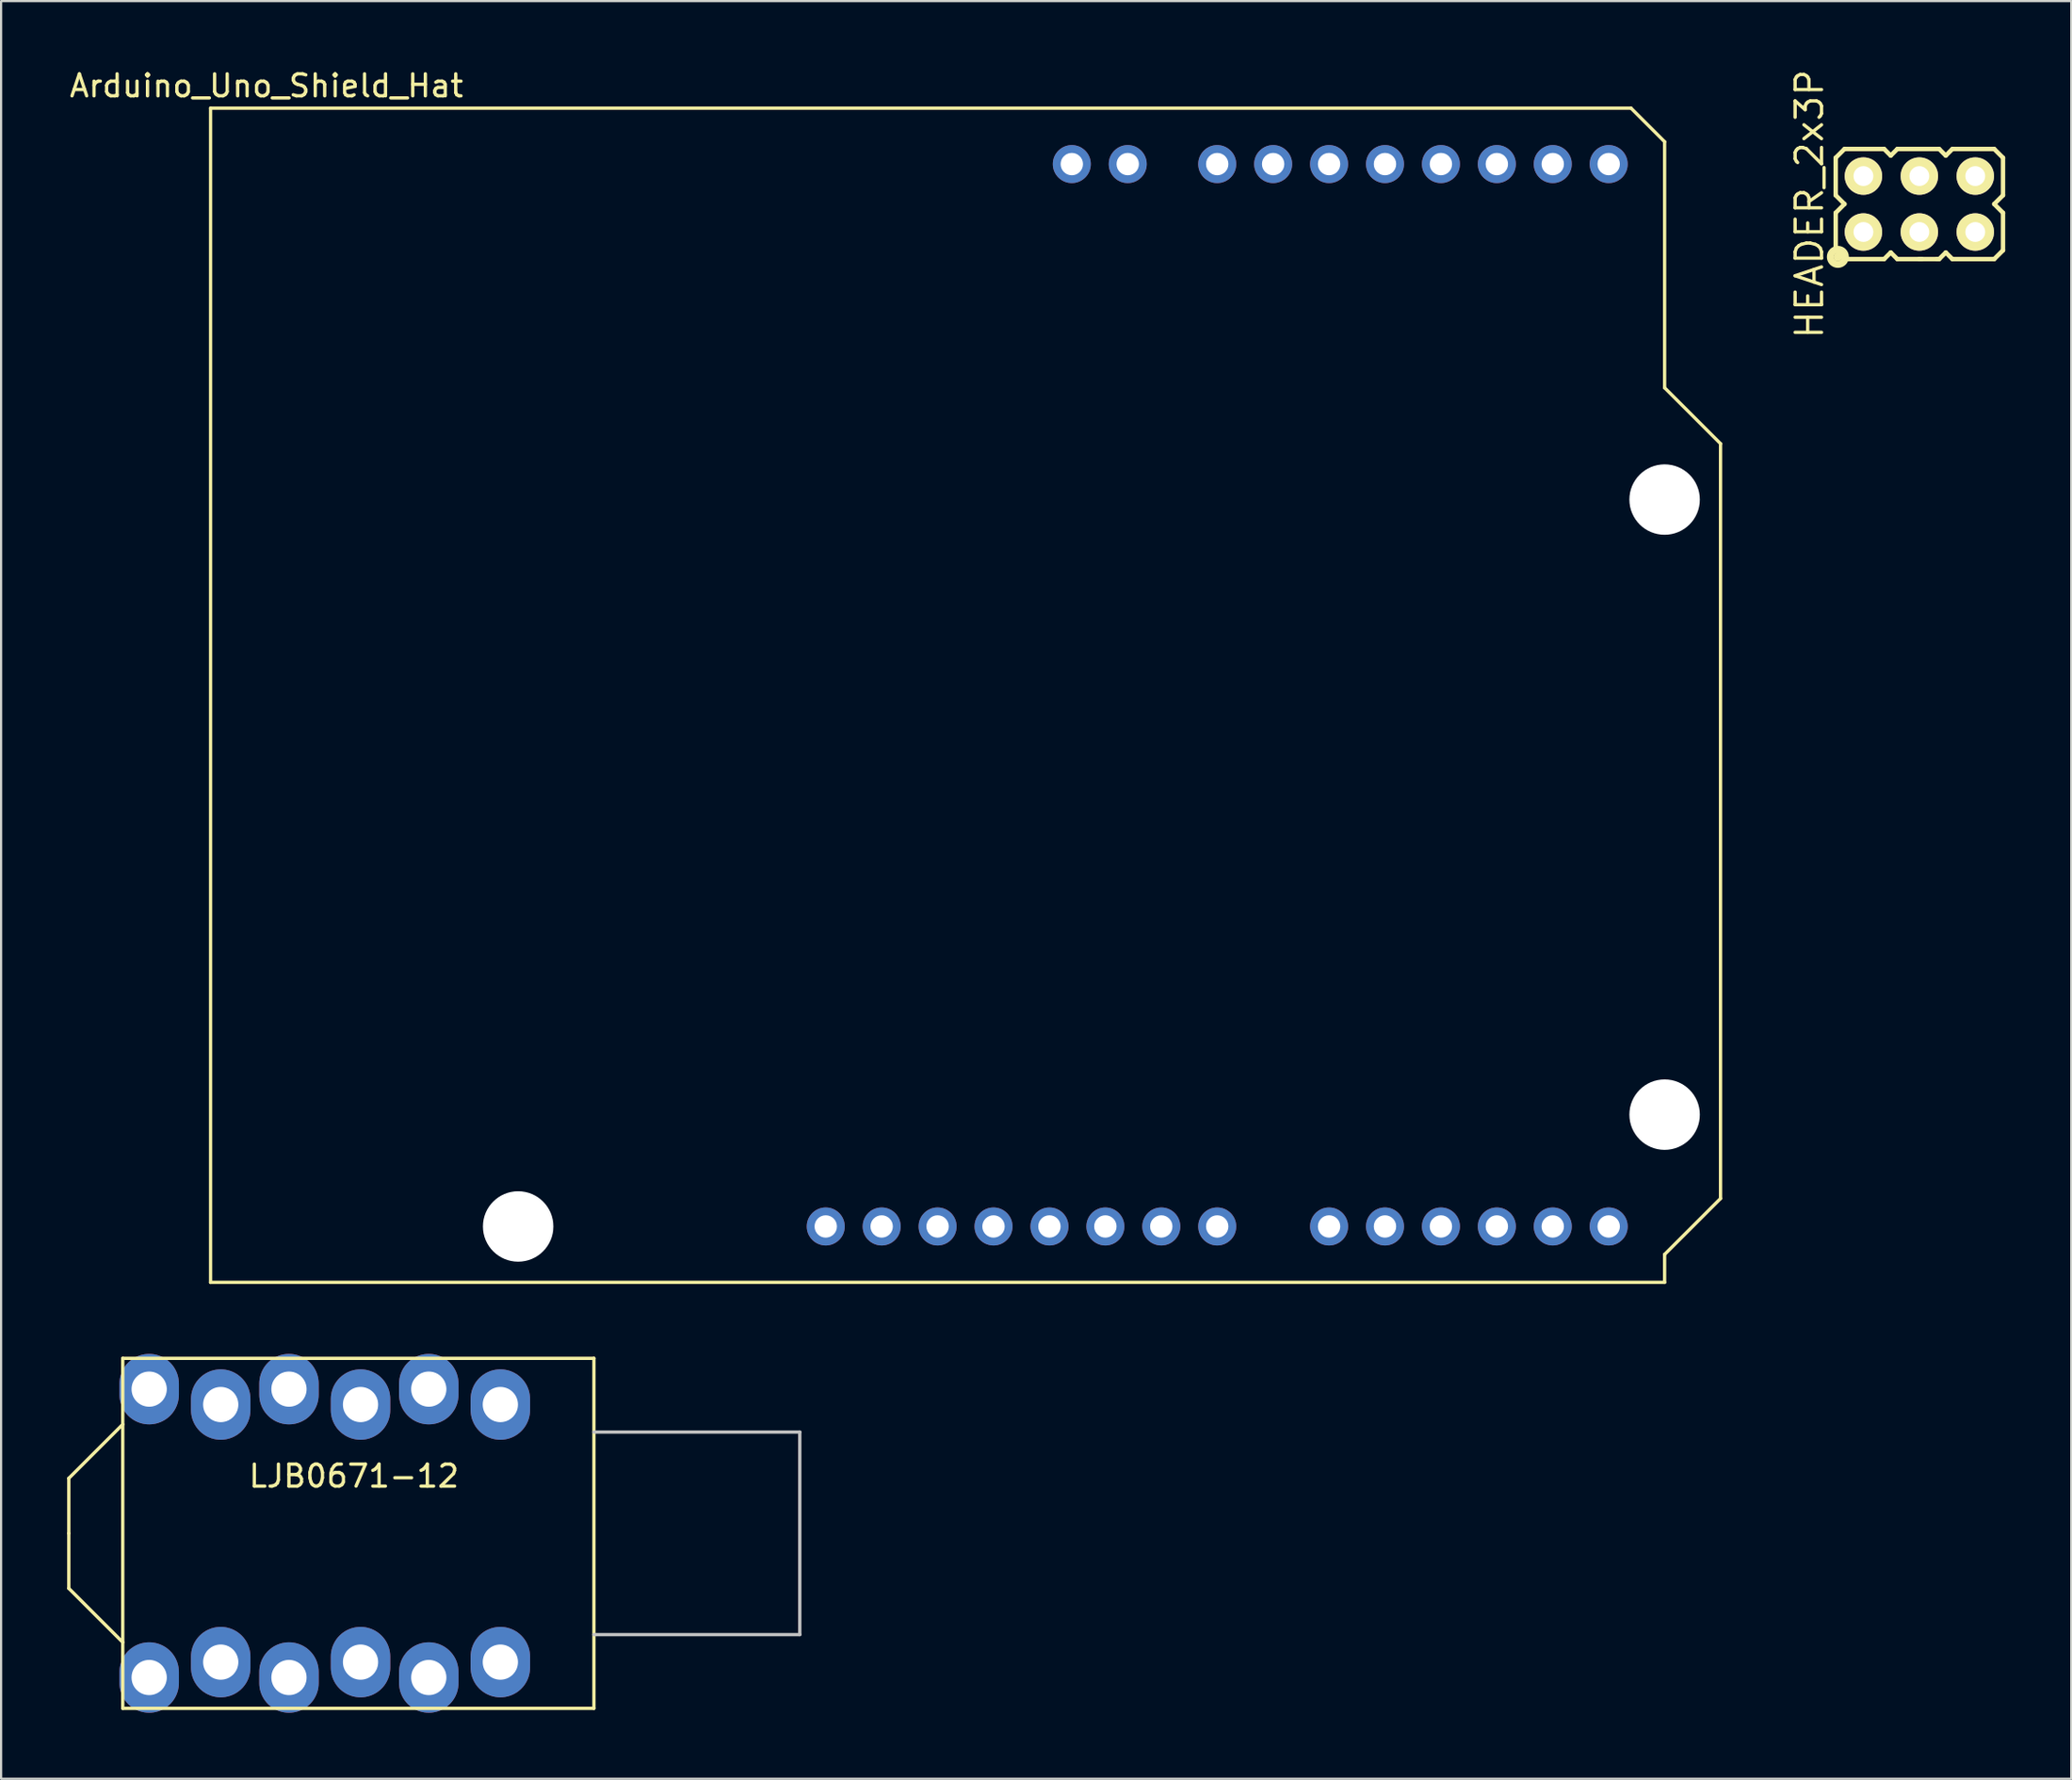
<source format=kicad_pcb>
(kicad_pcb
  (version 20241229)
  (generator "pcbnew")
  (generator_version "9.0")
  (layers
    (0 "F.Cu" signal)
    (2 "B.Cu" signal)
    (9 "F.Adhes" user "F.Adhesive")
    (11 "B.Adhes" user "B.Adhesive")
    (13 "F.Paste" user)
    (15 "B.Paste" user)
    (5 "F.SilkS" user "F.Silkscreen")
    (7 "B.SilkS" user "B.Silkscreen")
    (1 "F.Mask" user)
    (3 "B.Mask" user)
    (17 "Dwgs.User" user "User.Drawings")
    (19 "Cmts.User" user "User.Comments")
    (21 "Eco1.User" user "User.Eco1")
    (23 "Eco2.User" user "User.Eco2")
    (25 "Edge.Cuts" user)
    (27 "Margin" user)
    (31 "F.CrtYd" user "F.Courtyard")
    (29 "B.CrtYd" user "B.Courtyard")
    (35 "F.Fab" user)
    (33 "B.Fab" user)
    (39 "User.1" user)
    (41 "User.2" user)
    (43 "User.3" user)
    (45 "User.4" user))
  (footprint "LJB0671-12"
    (layer "F.Cu")
    (at 23.925 66.604)
    (property "Reference" "LJB0671-12" (at -10.9 -2.6 0) (layer "F.SilkS") (effects (font (size 1 1) (thickness 0.15))))
    (attr through_hole)
    (fp_line (start -23.85 -2.5) (end -21.4 -4.95) (stroke (width 0.15) (type solid)) (layer "F.SilkS"))
    (fp_line (start -23.85 0) (end -23.85 -2.5) (stroke (width 0.15) (type solid)) (layer "F.SilkS"))
    (fp_line (start -23.85 0) (end -23.85 2.5) (stroke (width 0.15) (type solid)) (layer "F.SilkS"))
    (fp_line (start -23.85 2.5) (end -21.4 4.95) (stroke (width 0.15) (type solid)) (layer "F.SilkS"))
    (fp_line (start -21.4 -7.95) (end -21.4 7.95) (stroke (width 0.15) (type solid)) (layer "F.SilkS"))
    (fp_line (start 0 -7.95) (end -21.4 -7.95) (stroke (width 0.15) (type solid)) (layer "F.SilkS"))
    (fp_line (start 0 -7.95) (end 0 7.95) (stroke (width 0.15) (type solid)) (layer "F.SilkS"))
    (fp_line (start 0 7.95) (end -21.4 7.95) (stroke (width 0.15) (type solid)) (layer "F.SilkS"))
    (fp_line (start 0 -4.6) (end 9.35 -4.6) (stroke (width 0.15) (type solid)) (layer "Dwgs.User"))
    (fp_line (start 9.35 -4.6) (end 9.35 4.6) (stroke (width 0.15) (type solid)) (layer "Dwgs.User"))
    (fp_line (start 9.35 4.6) (end 0 4.6) (stroke (width 0.15) (type solid)) (layer "Dwgs.User"))
    (pad "1" thru_hole oval (at -20.2 -6.55) (size 2.7 3.2) (drill 1.6) (layers "*.Cu" "*.Mask"))
    (pad "2" thru_hole oval (at -20.2 6.55) (size 2.7 3.2) (drill 1.6) (layers "*.Cu" "*.Mask"))
    (pad "3" thru_hole oval (at -16.95 -5.85) (size 2.7 3.2) (drill 1.6) (layers "*.Cu" "*.Mask"))
    (pad "4" thru_hole oval (at -16.95 5.85) (size 2.7 3.2) (drill 1.6) (layers "*.Cu" "*.Mask"))
    (pad "5" thru_hole oval (at -13.85 -6.55) (size 2.7 3.2) (drill 1.6) (layers "*.Cu" "*.Mask"))
    (pad "6" thru_hole oval (at -13.85 6.55) (size 2.7 3.2) (drill 1.6) (layers "*.Cu" "*.Mask"))
    (pad "7" thru_hole oval (at -10.6 -5.85) (size 2.7 3.2) (drill 1.6) (layers "*.Cu" "*.Mask"))
    (pad "8" thru_hole oval (at -10.6 5.85) (size 2.7 3.2) (drill 1.6) (layers "*.Cu" "*.Mask"))
    (pad "9" thru_hole oval (at -7.5 -6.55) (size 2.7 3.2) (drill 1.6) (layers "*.Cu" "*.Mask"))
    (pad "10" thru_hole oval (at -7.5 6.55) (size 2.7 3.2) (drill 1.6) (layers "*.Cu" "*.Mask"))
    (pad "11" thru_hole oval (at -4.25 -5.85) (size 2.7 3.2) (drill 1.6) (layers "*.Cu" "*.Mask"))
    (pad "12" thru_hole oval (at -4.25 5.85) (size 2.7 3.2) (drill 1.6) (layers "*.Cu" "*.Mask")))
  (footprint "HEADER_2x3P"
    (layer "F.Cu")
    (at 84.124 6.219)
    (property "Reference" "HEADER_2x3P" (at -4.99 0 90) (layer "F.SilkS") (effects (font (size 1.2 1.2) (thickness 0.15))))
    (attr through_hole)
    (fp_line (start -3.8 -2.1) (end -3.8 -0.4) (stroke (width 0.2) (type solid)) (layer "F.SilkS"))
    (fp_line (start -3.8 -0.4) (end -3.4 0) (stroke (width 0.2) (type solid)) (layer "F.SilkS"))
    (fp_line (start -3.8 0.4) (end -3.8 2.1) (stroke (width 0.2) (type solid)) (layer "F.SilkS"))
    (fp_line (start -3.8 2.1) (end -3.4 2.5) (stroke (width 0.2) (type solid)) (layer "F.SilkS"))
    (fp_line (start -3.5 2.4) (end -3.4 2.5) (stroke (width 0.2) (type solid)) (layer "F.SilkS"))
    (fp_line (start -3.4 -2.5) (end -3.8 -2.1) (stroke (width 0.2) (type solid)) (layer "F.SilkS"))
    (fp_line (start -3.4 0) (end -3.8 0.4) (stroke (width 0.2) (type solid)) (layer "F.SilkS"))
    (fp_line (start -3.4 2.5) (end -1.6 2.5) (stroke (width 0.2) (type solid)) (layer "F.SilkS"))
    (fp_line (start -1.6 -2.5) (end -3.4 -2.5) (stroke (width 0.2) (type solid)) (layer "F.SilkS"))
    (fp_line (start -1.6 2.5) (end -1.3 2.2) (stroke (width 0.2) (type solid)) (layer "F.SilkS"))
    (fp_line (start -1.3 -2.2) (end -1.6 -2.5) (stroke (width 0.2) (type solid)) (layer "F.SilkS"))
    (fp_line (start -1.3 2.2) (end -1 2.5) (stroke (width 0.2) (type solid)) (layer "F.SilkS"))
    (fp_line (start -1 -2.5) (end -1.3 -2.2) (stroke (width 0.2) (type solid)) (layer "F.SilkS"))
    (fp_line (start -1 2.5) (end 0.1 2.5) (stroke (width 0.2) (type solid)) (layer "F.SilkS"))
    (fp_line (start 0 2.5) (end 0.8 2.5) (stroke (width 0.2) (type solid)) (layer "F.SilkS"))
    (fp_line (start 0.1 2.5) (end 0 2.5) (stroke (width 0.2) (type solid)) (layer "F.SilkS"))
    (fp_line (start 0.8 2.5) (end 0.9 2.5) (stroke (width 0.2) (type solid)) (layer "F.SilkS"))
    (fp_line (start 0.9 -2.5) (end -1 -2.5) (stroke (width 0.2) (type solid)) (layer "F.SilkS"))
    (fp_line (start 0.9 2.5) (end 1.2 2.2) (stroke (width 0.2) (type solid)) (layer "F.SilkS"))
    (fp_line (start 1.2 -2.2) (end 0.9 -2.5) (stroke (width 0.2) (type solid)) (layer "F.SilkS"))
    (fp_line (start 1.2 2.2) (end 1.5 2.5) (stroke (width 0.2) (type solid)) (layer "F.SilkS"))
    (fp_line (start 1.5 -2.5) (end 1.2 -2.2) (stroke (width 0.2) (type solid)) (layer "F.SilkS"))
    (fp_line (start 1.5 2.5) (end 3.4 2.5) (stroke (width 0.2) (type solid)) (layer "F.SilkS"))
    (fp_line (start 3.4 -2.5) (end 1.5 -2.5) (stroke (width 0.2) (type solid)) (layer "F.SilkS"))
    (fp_line (start 3.4 0) (end 3.8 -0.4) (stroke (width 0.2) (type solid)) (layer "F.SilkS"))
    (fp_line (start 3.4 2.5) (end 3.8 2.1) (stroke (width 0.2) (type solid)) (layer "F.SilkS"))
    (fp_line (start 3.8 -2.1) (end 3.4 -2.5) (stroke (width 0.2) (type solid)) (layer "F.SilkS"))
    (fp_line (start 3.8 -0.4) (end 3.8 -2.1) (stroke (width 0.2) (type solid)) (layer "F.SilkS"))
    (fp_line (start 3.8 0.4) (end 3.4 0) (stroke (width 0.2) (type solid)) (layer "F.SilkS"))
    (fp_line (start 3.8 2.1) (end 3.8 0.4) (stroke (width 0.2) (type solid)) (layer "F.SilkS"))
    (fp_circle (center -3.7 2.4) (end -3.9 2.6) (stroke (width 0.2) (type solid)) (fill no) (layer "F.SilkS"))
    (fp_circle (center -3.7 2.4) (end -3.7 2.5) (stroke (width 0.2) (type solid)) (fill no) (layer "F.SilkS"))
    (fp_circle (center -3.7 2.4) (end -3.7 2.8) (stroke (width 0.2) (type solid)) (fill no) (layer "F.SilkS"))
    (pad "1" thru_hole circle (at -2.54 1.27) (size 1.7 1.7) (drill 0.9) (layers "*.Cu" "*.Mask" "F.SilkS"))
    (pad "2" thru_hole circle (at -2.54 -1.27) (size 1.7 1.7) (drill 0.9) (layers "*.Cu" "*.Mask" "F.SilkS"))
    (pad "3" thru_hole circle (at 0 1.27) (size 1.7 1.7) (drill 0.9) (layers "*.Cu" "*.Mask" "F.SilkS"))
    (pad "4" thru_hole circle (at 0 -1.27) (size 1.7 1.7) (drill 0.9) (layers "*.Cu" "*.Mask" "F.SilkS"))
    (pad "5" thru_hole circle (at 2.54 1.27) (size 1.7 1.7) (drill 0.9) (layers "*.Cu" "*.Mask" "F.SilkS"))
    (pad "6" thru_hole circle (at 2.54 -1.27) (size 1.7 1.7) (drill 0.9) (layers "*.Cu" "*.Mask" "F.SilkS")))
  (footprint "Arduino_Uno_Shield_Hat"
    (layer "F.Cu")
    (at 6.514 55.204)
    (property "Reference" "Arduino_Uno_Shield_Hat" (at 2.54 -54.356 180) (layer "F.SilkS") (effects (font (size 1 1) (thickness 0.15))))
    (attr through_hole)
    (fp_line (start 0 -53.34) (end 0 0) (stroke (width 0.15) (type solid)) (layer "F.SilkS"))
    (fp_line (start 0 -53.34) (end 64.516 -53.34) (stroke (width 0.15) (type solid)) (layer "F.SilkS"))
    (fp_line (start 0 0) (end 66.04 0) (stroke (width 0.15) (type solid)) (layer "F.SilkS"))
    (fp_line (start 64.516 -53.34) (end 66.04 -51.816) (stroke (width 0.15) (type solid)) (layer "F.SilkS"))
    (fp_line (start 66.04 -40.64) (end 66.04 -51.816) (stroke (width 0.15) (type solid)) (layer "F.SilkS"))
    (fp_line (start 66.04 -1.27) (end 68.58 -3.81) (stroke (width 0.15) (type solid)) (layer "F.SilkS"))
    (fp_line (start 66.04 0) (end 66.04 -1.27) (stroke (width 0.15) (type solid)) (layer "F.SilkS"))
    (fp_line (start 68.58 -38.1) (end 66.04 -40.64) (stroke (width 0.15) (type solid)) (layer "F.SilkS"))
    (fp_line (start 68.58 -3.81) (end 68.58 -38.1) (stroke (width 0.15) (type solid)) (layer "F.SilkS"))
    (pad "" np_thru_hole circle (at 13.97 -2.54) (size 3.2 3.2) (drill 3.2) (layers "*.Cu" "*.Mask"))
    (pad "" thru_hole oval (at 27.94 -2.54) (size 1.727 1.727) (drill 1.016) (layers "*.Cu" "*.Mask"))
    (pad "" np_thru_hole circle (at 66.04 -35.56) (size 3.2 3.2) (drill 3.2) (layers "*.Cu" "*.Mask"))
    (pad "" np_thru_hole circle (at 66.04 -7.62) (size 3.2 3.2) (drill 3.2) (layers "*.Cu" "*.Mask"))
    (pad "3V3" thru_hole oval (at 35.56 -2.54) (size 1.727 1.727) (drill 1.016) (layers "*.Cu" "*.Mask"))
    (pad "5V1" thru_hole oval (at 38.1 -2.54) (size 1.727 1.727) (drill 1.016) (layers "*.Cu" "*.Mask"))
    (pad "A0" thru_hole oval (at 50.8 -2.54) (size 1.727 1.727) (drill 1.016) (layers "*.Cu" "*.Mask"))
    (pad "A1" thru_hole oval (at 53.34 -2.54) (size 1.727 1.727) (drill 1.016) (layers "*.Cu" "*.Mask"))
    (pad "A2" thru_hole oval (at 55.88 -2.54) (size 1.727 1.727) (drill 1.016) (layers "*.Cu" "*.Mask"))
    (pad "A3" thru_hole oval (at 58.42 -2.54) (size 1.727 1.727) (drill 1.016) (layers "*.Cu" "*.Mask"))
    (pad "A4" thru_hole oval (at 60.96 -2.54) (size 1.727 1.727) (drill 1.016) (layers "*.Cu" "*.Mask"))
    (pad "A5" thru_hole oval (at 63.5 -2.54) (size 1.727 1.727) (drill 1.016) (layers "*.Cu" "*.Mask"))
    (pad "D0" thru_hole oval (at 63.5 -50.8) (size 1.727 1.727) (drill 1.016) (layers "*.Cu" "*.Mask"))
    (pad "D1" thru_hole oval (at 60.96 -50.8) (size 1.727 1.727) (drill 1.016) (layers "*.Cu" "*.Mask"))
    (pad "D2" thru_hole oval (at 58.42 -50.8) (size 1.727 1.727) (drill 1.016) (layers "*.Cu" "*.Mask"))
    (pad "D3" thru_hole oval (at 55.88 -50.8) (size 1.727 1.727) (drill 1.016) (layers "*.Cu" "*.Mask"))
    (pad "D4" thru_hole oval (at 53.34 -50.8) (size 1.727 1.727) (drill 1.016) (layers "*.Cu" "*.Mask"))
    (pad "D5" thru_hole oval (at 50.8 -50.8) (size 1.727 1.727) (drill 1.016) (layers "*.Cu" "*.Mask"))
    (pad "D6" thru_hole oval (at 48.26 -50.8) (size 1.727 1.727) (drill 1.016) (layers "*.Cu" "*.Mask"))
    (pad "D7" thru_hole oval (at 45.72 -50.8) (size 1.727 1.727) (drill 1.016) (layers "*.Cu" "*.Mask"))
    (pad "D8" thru_hole oval (at 41.656 -50.8) (size 1.727 1.727) (drill 1.016) (layers "*.Cu" "*.Mask"))
    (pad "D9" thru_hole oval (at 39.116 -50.8) (size 1.727 1.727) (drill 1.016) (layers "*.Cu" "*.Mask"))
    (pad "GND2" thru_hole oval (at 40.64 -2.54) (size 1.727 1.727) (drill 1.016) (layers "*.Cu" "*.Mask"))
    (pad "GND3" thru_hole oval (at 43.18 -2.54) (size 1.727 1.727) (drill 1.016) (layers "*.Cu" "*.Mask"))
    (pad "IORF" thru_hole oval (at 30.48 -2.54) (size 1.727 1.727) (drill 1.016) (layers "*.Cu" "*.Mask"))
    (pad "RST1" thru_hole oval (at 33.02 -2.54) (size 1.727 1.727) (drill 1.016) (layers "*.Cu" "*.Mask"))
    (pad "VIN" thru_hole oval (at 45.72 -2.54) (size 1.727 1.727) (drill 1.016) (layers "*.Cu" "*.Mask")))
  (gr_rect
    (start -3 -3)
    (end 91.024 77.754)
    (stroke (width 0.1) (type default))
    (fill no)
    (layer "Edge.Cuts")))
</source>
